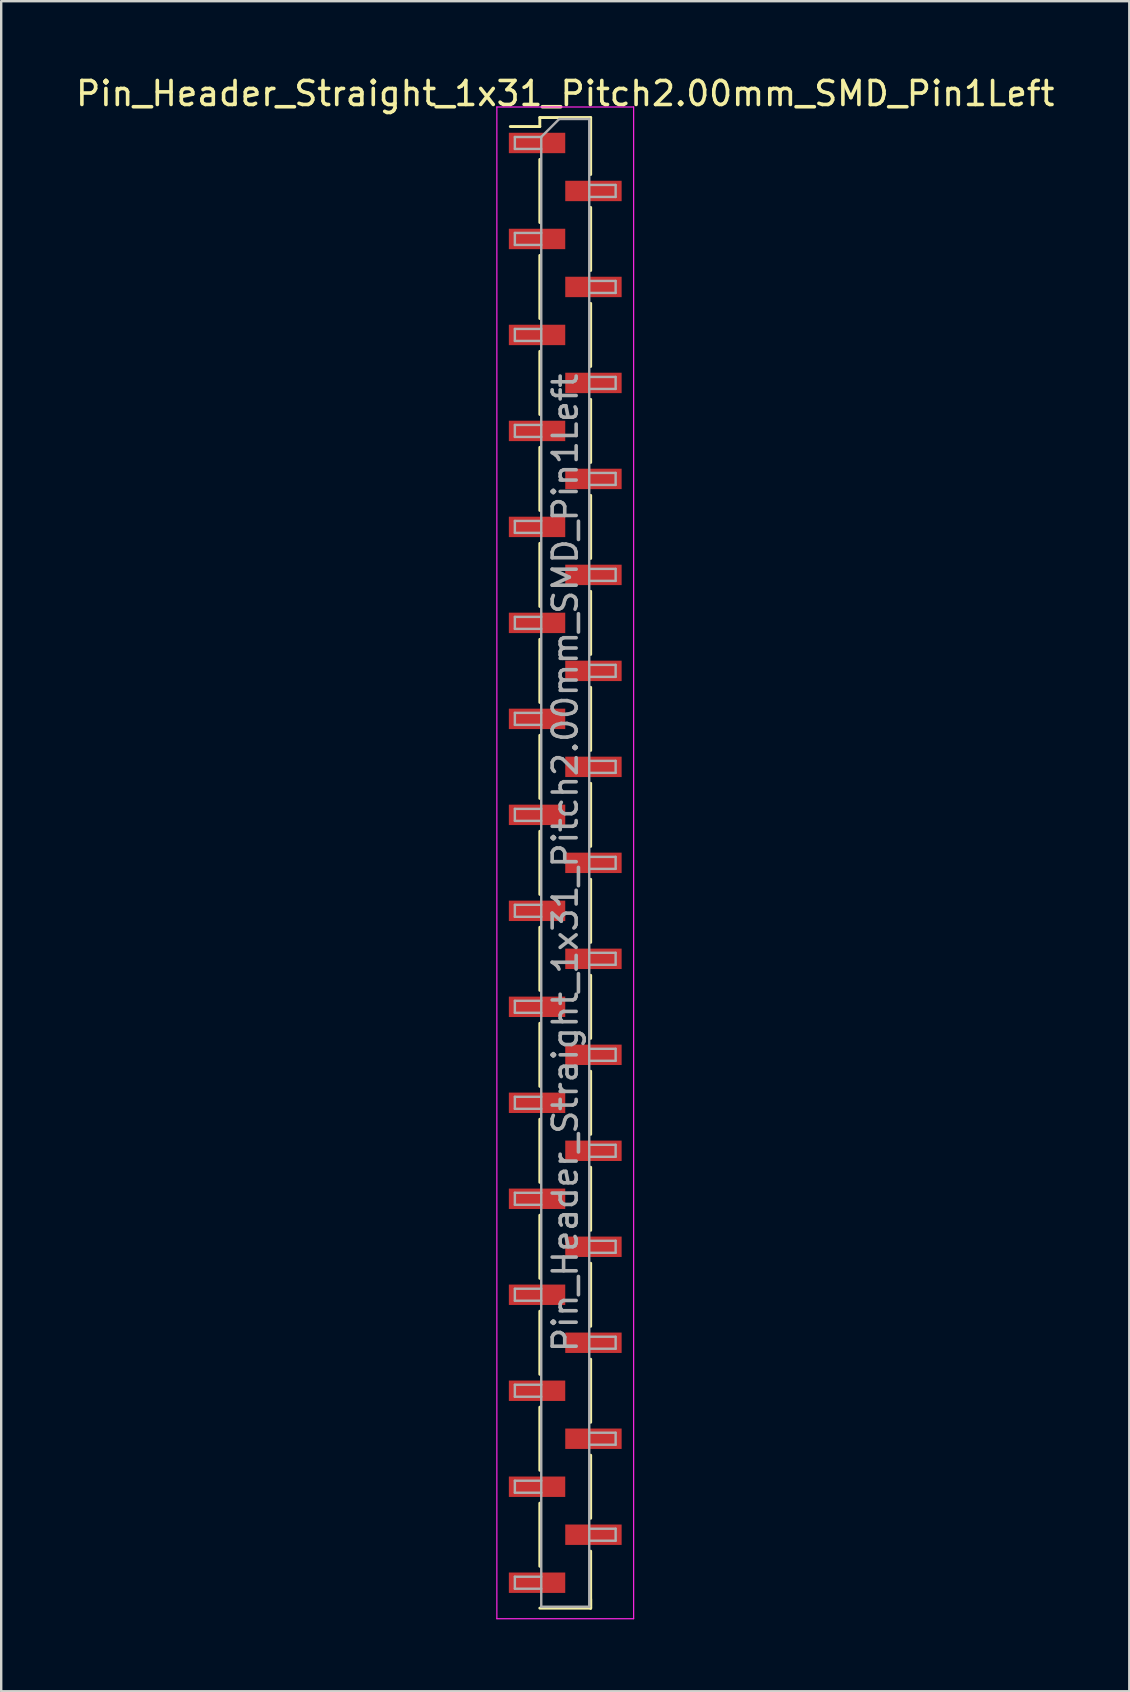
<source format=kicad_pcb>
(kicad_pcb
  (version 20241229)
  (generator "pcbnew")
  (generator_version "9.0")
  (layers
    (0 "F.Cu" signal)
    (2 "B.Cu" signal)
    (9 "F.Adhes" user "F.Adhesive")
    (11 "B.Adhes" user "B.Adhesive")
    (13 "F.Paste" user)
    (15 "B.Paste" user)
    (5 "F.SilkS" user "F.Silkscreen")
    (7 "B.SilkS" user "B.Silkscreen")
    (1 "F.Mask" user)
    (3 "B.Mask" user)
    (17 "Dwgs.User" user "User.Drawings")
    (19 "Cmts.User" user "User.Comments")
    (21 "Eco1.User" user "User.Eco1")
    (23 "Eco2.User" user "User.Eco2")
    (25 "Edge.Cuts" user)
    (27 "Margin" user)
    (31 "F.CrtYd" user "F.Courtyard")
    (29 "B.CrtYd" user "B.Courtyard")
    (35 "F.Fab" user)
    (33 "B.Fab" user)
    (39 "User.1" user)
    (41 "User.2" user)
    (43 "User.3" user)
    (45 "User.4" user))
  (footprint "Pin_Header_Straight_1x31_Pitch2.00mm_SMD_Pin1Left"
    (layer "F.Cu")
    (at 20.506 32.908)
    (property "Reference" "Pin_Header_Straight_1x31_Pitch2.00mm_SMD_Pin1Left" (at 0 -32.06 0) (layer "F.SilkS") (effects (font (size 1 1) (thickness 0.15))))
    (attr smd)
    (fp_line (start -1.06 -31.06) (end -1.06 -30.685) (stroke (width 0.12) (type solid)) (layer "F.SilkS"))
    (fp_line (start -1.06 -31.06) (end 1.06 -31.06) (stroke (width 0.12) (type solid)) (layer "F.SilkS"))
    (fp_line (start -1.06 -30.685) (end -2.29 -30.685) (stroke (width 0.12) (type solid)) (layer "F.SilkS"))
    (fp_line (start -1.06 -29.315) (end -1.06 -26.685) (stroke (width 0.12) (type solid)) (layer "F.SilkS"))
    (fp_line (start -1.06 -25.315) (end -1.06 -22.685) (stroke (width 0.12) (type solid)) (layer "F.SilkS"))
    (fp_line (start -1.06 -21.315) (end -1.06 -18.685) (stroke (width 0.12) (type solid)) (layer "F.SilkS"))
    (fp_line (start -1.06 -17.315) (end -1.06 -14.685) (stroke (width 0.12) (type solid)) (layer "F.SilkS"))
    (fp_line (start -1.06 -13.315) (end -1.06 -10.685) (stroke (width 0.12) (type solid)) (layer "F.SilkS"))
    (fp_line (start -1.06 -9.315) (end -1.06 -6.685) (stroke (width 0.12) (type solid)) (layer "F.SilkS"))
    (fp_line (start -1.06 -5.315) (end -1.06 -2.685) (stroke (width 0.12) (type solid)) (layer "F.SilkS"))
    (fp_line (start -1.06 -1.315) (end -1.06 1.315) (stroke (width 0.12) (type solid)) (layer "F.SilkS"))
    (fp_line (start -1.06 2.685) (end -1.06 5.315) (stroke (width 0.12) (type solid)) (layer "F.SilkS"))
    (fp_line (start -1.06 6.685) (end -1.06 9.315) (stroke (width 0.12) (type solid)) (layer "F.SilkS"))
    (fp_line (start -1.06 10.685) (end -1.06 13.315) (stroke (width 0.12) (type solid)) (layer "F.SilkS"))
    (fp_line (start -1.06 14.685) (end -1.06 17.315) (stroke (width 0.12) (type solid)) (layer "F.SilkS"))
    (fp_line (start -1.06 18.685) (end -1.06 21.315) (stroke (width 0.12) (type solid)) (layer "F.SilkS"))
    (fp_line (start -1.06 22.685) (end -1.06 25.315) (stroke (width 0.12) (type solid)) (layer "F.SilkS"))
    (fp_line (start -1.06 26.685) (end -1.06 29.315) (stroke (width 0.12) (type solid)) (layer "F.SilkS"))
    (fp_line (start -1.06 31.06) (end 1.06 31.06) (stroke (width 0.12) (type solid)) (layer "F.SilkS"))
    (fp_line (start 1.06 -31.06) (end 1.06 -28.685) (stroke (width 0.12) (type solid)) (layer "F.SilkS"))
    (fp_line (start 1.06 -27.315) (end 1.06 -24.685) (stroke (width 0.12) (type solid)) (layer "F.SilkS"))
    (fp_line (start 1.06 -23.315) (end 1.06 -20.685) (stroke (width 0.12) (type solid)) (layer "F.SilkS"))
    (fp_line (start 1.06 -19.315) (end 1.06 -16.685) (stroke (width 0.12) (type solid)) (layer "F.SilkS"))
    (fp_line (start 1.06 -15.315) (end 1.06 -12.685) (stroke (width 0.12) (type solid)) (layer "F.SilkS"))
    (fp_line (start 1.06 -11.315) (end 1.06 -8.685) (stroke (width 0.12) (type solid)) (layer "F.SilkS"))
    (fp_line (start 1.06 -7.315) (end 1.06 -4.685) (stroke (width 0.12) (type solid)) (layer "F.SilkS"))
    (fp_line (start 1.06 -3.315) (end 1.06 -0.685) (stroke (width 0.12) (type solid)) (layer "F.SilkS"))
    (fp_line (start 1.06 0.685) (end 1.06 3.315) (stroke (width 0.12) (type solid)) (layer "F.SilkS"))
    (fp_line (start 1.06 4.685) (end 1.06 7.315) (stroke (width 0.12) (type solid)) (layer "F.SilkS"))
    (fp_line (start 1.06 8.685) (end 1.06 11.315) (stroke (width 0.12) (type solid)) (layer "F.SilkS"))
    (fp_line (start 1.06 12.685) (end 1.06 15.315) (stroke (width 0.12) (type solid)) (layer "F.SilkS"))
    (fp_line (start 1.06 16.685) (end 1.06 19.315) (stroke (width 0.12) (type solid)) (layer "F.SilkS"))
    (fp_line (start 1.06 20.685) (end 1.06 23.315) (stroke (width 0.12) (type solid)) (layer "F.SilkS"))
    (fp_line (start 1.06 24.685) (end 1.06 27.315) (stroke (width 0.12) (type solid)) (layer "F.SilkS"))
    (fp_line (start 1.06 28.685) (end 1.06 31.06) (stroke (width 0.12) (type solid)) (layer "F.SilkS"))
    (fp_line (start 1.06 30.685) (end 1.06 31.06) (stroke (width 0.12) (type solid)) (layer "F.SilkS"))
    (fp_line (start -2.85 -31.5) (end -2.85 31.5) (stroke (width 0.05) (type solid)) (layer "F.CrtYd"))
    (fp_line (start -2.85 31.5) (end 2.85 31.5) (stroke (width 0.05) (type solid)) (layer "F.CrtYd"))
    (fp_line (start 2.85 -31.5) (end -2.85 -31.5) (stroke (width 0.05) (type solid)) (layer "F.CrtYd"))
    (fp_line (start 2.85 31.5) (end 2.85 -31.5) (stroke (width 0.05) (type solid)) (layer "F.CrtYd"))
    (fp_line (start -2.1 -30.25) (end -2.1 -29.75) (stroke (width 0.1) (type solid)) (layer "F.Fab"))
    (fp_line (start -2.1 -29.75) (end -1 -29.75) (stroke (width 0.1) (type solid)) (layer "F.Fab"))
    (fp_line (start -2.1 -26.25) (end -2.1 -25.75) (stroke (width 0.1) (type solid)) (layer "F.Fab"))
    (fp_line (start -2.1 -25.75) (end -1 -25.75) (stroke (width 0.1) (type solid)) (layer "F.Fab"))
    (fp_line (start -2.1 -22.25) (end -2.1 -21.75) (stroke (width 0.1) (type solid)) (layer "F.Fab"))
    (fp_line (start -2.1 -21.75) (end -1 -21.75) (stroke (width 0.1) (type solid)) (layer "F.Fab"))
    (fp_line (start -2.1 -18.25) (end -2.1 -17.75) (stroke (width 0.1) (type solid)) (layer "F.Fab"))
    (fp_line (start -2.1 -17.75) (end -1 -17.75) (stroke (width 0.1) (type solid)) (layer "F.Fab"))
    (fp_line (start -2.1 -14.25) (end -2.1 -13.75) (stroke (width 0.1) (type solid)) (layer "F.Fab"))
    (fp_line (start -2.1 -13.75) (end -1 -13.75) (stroke (width 0.1) (type solid)) (layer "F.Fab"))
    (fp_line (start -2.1 -10.25) (end -2.1 -9.75) (stroke (width 0.1) (type solid)) (layer "F.Fab"))
    (fp_line (start -2.1 -9.75) (end -1 -9.75) (stroke (width 0.1) (type solid)) (layer "F.Fab"))
    (fp_line (start -2.1 -6.25) (end -2.1 -5.75) (stroke (width 0.1) (type solid)) (layer "F.Fab"))
    (fp_line (start -2.1 -5.75) (end -1 -5.75) (stroke (width 0.1) (type solid)) (layer "F.Fab"))
    (fp_line (start -2.1 -2.25) (end -2.1 -1.75) (stroke (width 0.1) (type solid)) (layer "F.Fab"))
    (fp_line (start -2.1 -1.75) (end -1 -1.75) (stroke (width 0.1) (type solid)) (layer "F.Fab"))
    (fp_line (start -2.1 1.75) (end -2.1 2.25) (stroke (width 0.1) (type solid)) (layer "F.Fab"))
    (fp_line (start -2.1 2.25) (end -1 2.25) (stroke (width 0.1) (type solid)) (layer "F.Fab"))
    (fp_line (start -2.1 5.75) (end -2.1 6.25) (stroke (width 0.1) (type solid)) (layer "F.Fab"))
    (fp_line (start -2.1 6.25) (end -1 6.25) (stroke (width 0.1) (type solid)) (layer "F.Fab"))
    (fp_line (start -2.1 9.75) (end -2.1 10.25) (stroke (width 0.1) (type solid)) (layer "F.Fab"))
    (fp_line (start -2.1 10.25) (end -1 10.25) (stroke (width 0.1) (type solid)) (layer "F.Fab"))
    (fp_line (start -2.1 13.75) (end -2.1 14.25) (stroke (width 0.1) (type solid)) (layer "F.Fab"))
    (fp_line (start -2.1 14.25) (end -1 14.25) (stroke (width 0.1) (type solid)) (layer "F.Fab"))
    (fp_line (start -2.1 17.75) (end -2.1 18.25) (stroke (width 0.1) (type solid)) (layer "F.Fab"))
    (fp_line (start -2.1 18.25) (end -1 18.25) (stroke (width 0.1) (type solid)) (layer "F.Fab"))
    (fp_line (start -2.1 21.75) (end -2.1 22.25) (stroke (width 0.1) (type solid)) (layer "F.Fab"))
    (fp_line (start -2.1 22.25) (end -1 22.25) (stroke (width 0.1) (type solid)) (layer "F.Fab"))
    (fp_line (start -2.1 25.75) (end -2.1 26.25) (stroke (width 0.1) (type solid)) (layer "F.Fab"))
    (fp_line (start -2.1 26.25) (end -1 26.25) (stroke (width 0.1) (type solid)) (layer "F.Fab"))
    (fp_line (start -2.1 29.75) (end -2.1 30.25) (stroke (width 0.1) (type solid)) (layer "F.Fab"))
    (fp_line (start -2.1 30.25) (end -1 30.25) (stroke (width 0.1) (type solid)) (layer "F.Fab"))
    (fp_line (start -1 -30.25) (end -2.1 -30.25) (stroke (width 0.1) (type solid)) (layer "F.Fab"))
    (fp_line (start -1 -30.25) (end -0.25 -31) (stroke (width 0.1) (type solid)) (layer "F.Fab"))
    (fp_line (start -1 -26.25) (end -2.1 -26.25) (stroke (width 0.1) (type solid)) (layer "F.Fab"))
    (fp_line (start -1 -22.25) (end -2.1 -22.25) (stroke (width 0.1) (type solid)) (layer "F.Fab"))
    (fp_line (start -1 -18.25) (end -2.1 -18.25) (stroke (width 0.1) (type solid)) (layer "F.Fab"))
    (fp_line (start -1 -14.25) (end -2.1 -14.25) (stroke (width 0.1) (type solid)) (layer "F.Fab"))
    (fp_line (start -1 -10.25) (end -2.1 -10.25) (stroke (width 0.1) (type solid)) (layer "F.Fab"))
    (fp_line (start -1 -6.25) (end -2.1 -6.25) (stroke (width 0.1) (type solid)) (layer "F.Fab"))
    (fp_line (start -1 -2.25) (end -2.1 -2.25) (stroke (width 0.1) (type solid)) (layer "F.Fab"))
    (fp_line (start -1 1.75) (end -2.1 1.75) (stroke (width 0.1) (type solid)) (layer "F.Fab"))
    (fp_line (start -1 5.75) (end -2.1 5.75) (stroke (width 0.1) (type solid)) (layer "F.Fab"))
    (fp_line (start -1 9.75) (end -2.1 9.75) (stroke (width 0.1) (type solid)) (layer "F.Fab"))
    (fp_line (start -1 13.75) (end -2.1 13.75) (stroke (width 0.1) (type solid)) (layer "F.Fab"))
    (fp_line (start -1 17.75) (end -2.1 17.75) (stroke (width 0.1) (type solid)) (layer "F.Fab"))
    (fp_line (start -1 21.75) (end -2.1 21.75) (stroke (width 0.1) (type solid)) (layer "F.Fab"))
    (fp_line (start -1 25.75) (end -2.1 25.75) (stroke (width 0.1) (type solid)) (layer "F.Fab"))
    (fp_line (start -1 29.75) (end -2.1 29.75) (stroke (width 0.1) (type solid)) (layer "F.Fab"))
    (fp_line (start -1 31) (end -1 -30.25) (stroke (width 0.1) (type solid)) (layer "F.Fab"))
    (fp_line (start -0.25 -31) (end 1 -31) (stroke (width 0.1) (type solid)) (layer "F.Fab"))
    (fp_line (start 1 -31) (end 1 31) (stroke (width 0.1) (type solid)) (layer "F.Fab"))
    (fp_line (start 1 -28.25) (end 2.1 -28.25) (stroke (width 0.1) (type solid)) (layer "F.Fab"))
    (fp_line (start 1 -24.25) (end 2.1 -24.25) (stroke (width 0.1) (type solid)) (layer "F.Fab"))
    (fp_line (start 1 -20.25) (end 2.1 -20.25) (stroke (width 0.1) (type solid)) (layer "F.Fab"))
    (fp_line (start 1 -16.25) (end 2.1 -16.25) (stroke (width 0.1) (type solid)) (layer "F.Fab"))
    (fp_line (start 1 -12.25) (end 2.1 -12.25) (stroke (width 0.1) (type solid)) (layer "F.Fab"))
    (fp_line (start 1 -8.25) (end 2.1 -8.25) (stroke (width 0.1) (type solid)) (layer "F.Fab"))
    (fp_line (start 1 -4.25) (end 2.1 -4.25) (stroke (width 0.1) (type solid)) (layer "F.Fab"))
    (fp_line (start 1 -0.25) (end 2.1 -0.25) (stroke (width 0.1) (type solid)) (layer "F.Fab"))
    (fp_line (start 1 3.75) (end 2.1 3.75) (stroke (width 0.1) (type solid)) (layer "F.Fab"))
    (fp_line (start 1 7.75) (end 2.1 7.75) (stroke (width 0.1) (type solid)) (layer "F.Fab"))
    (fp_line (start 1 11.75) (end 2.1 11.75) (stroke (width 0.1) (type solid)) (layer "F.Fab"))
    (fp_line (start 1 15.75) (end 2.1 15.75) (stroke (width 0.1) (type solid)) (layer "F.Fab"))
    (fp_line (start 1 19.75) (end 2.1 19.75) (stroke (width 0.1) (type solid)) (layer "F.Fab"))
    (fp_line (start 1 23.75) (end 2.1 23.75) (stroke (width 0.1) (type solid)) (layer "F.Fab"))
    (fp_line (start 1 27.75) (end 2.1 27.75) (stroke (width 0.1) (type solid)) (layer "F.Fab"))
    (fp_line (start 1 31) (end -1 31) (stroke (width 0.1) (type solid)) (layer "F.Fab"))
    (fp_line (start 2.1 -28.25) (end 2.1 -27.75) (stroke (width 0.1) (type solid)) (layer "F.Fab"))
    (fp_line (start 2.1 -27.75) (end 1 -27.75) (stroke (width 0.1) (type solid)) (layer "F.Fab"))
    (fp_line (start 2.1 -24.25) (end 2.1 -23.75) (stroke (width 0.1) (type solid)) (layer "F.Fab"))
    (fp_line (start 2.1 -23.75) (end 1 -23.75) (stroke (width 0.1) (type solid)) (layer "F.Fab"))
    (fp_line (start 2.1 -20.25) (end 2.1 -19.75) (stroke (width 0.1) (type solid)) (layer "F.Fab"))
    (fp_line (start 2.1 -19.75) (end 1 -19.75) (stroke (width 0.1) (type solid)) (layer "F.Fab"))
    (fp_line (start 2.1 -16.25) (end 2.1 -15.75) (stroke (width 0.1) (type solid)) (layer "F.Fab"))
    (fp_line (start 2.1 -15.75) (end 1 -15.75) (stroke (width 0.1) (type solid)) (layer "F.Fab"))
    (fp_line (start 2.1 -12.25) (end 2.1 -11.75) (stroke (width 0.1) (type solid)) (layer "F.Fab"))
    (fp_line (start 2.1 -11.75) (end 1 -11.75) (stroke (width 0.1) (type solid)) (layer "F.Fab"))
    (fp_line (start 2.1 -8.25) (end 2.1 -7.75) (stroke (width 0.1) (type solid)) (layer "F.Fab"))
    (fp_line (start 2.1 -7.75) (end 1 -7.75) (stroke (width 0.1) (type solid)) (layer "F.Fab"))
    (fp_line (start 2.1 -4.25) (end 2.1 -3.75) (stroke (width 0.1) (type solid)) (layer "F.Fab"))
    (fp_line (start 2.1 -3.75) (end 1 -3.75) (stroke (width 0.1) (type solid)) (layer "F.Fab"))
    (fp_line (start 2.1 -0.25) (end 2.1 0.25) (stroke (width 0.1) (type solid)) (layer "F.Fab"))
    (fp_line (start 2.1 0.25) (end 1 0.25) (stroke (width 0.1) (type solid)) (layer "F.Fab"))
    (fp_line (start 2.1 3.75) (end 2.1 4.25) (stroke (width 0.1) (type solid)) (layer "F.Fab"))
    (fp_line (start 2.1 4.25) (end 1 4.25) (stroke (width 0.1) (type solid)) (layer "F.Fab"))
    (fp_line (start 2.1 7.75) (end 2.1 8.25) (stroke (width 0.1) (type solid)) (layer "F.Fab"))
    (fp_line (start 2.1 8.25) (end 1 8.25) (stroke (width 0.1) (type solid)) (layer "F.Fab"))
    (fp_line (start 2.1 11.75) (end 2.1 12.25) (stroke (width 0.1) (type solid)) (layer "F.Fab"))
    (fp_line (start 2.1 12.25) (end 1 12.25) (stroke (width 0.1) (type solid)) (layer "F.Fab"))
    (fp_line (start 2.1 15.75) (end 2.1 16.25) (stroke (width 0.1) (type solid)) (layer "F.Fab"))
    (fp_line (start 2.1 16.25) (end 1 16.25) (stroke (width 0.1) (type solid)) (layer "F.Fab"))
    (fp_line (start 2.1 19.75) (end 2.1 20.25) (stroke (width 0.1) (type solid)) (layer "F.Fab"))
    (fp_line (start 2.1 20.25) (end 1 20.25) (stroke (width 0.1) (type solid)) (layer "F.Fab"))
    (fp_line (start 2.1 23.75) (end 2.1 24.25) (stroke (width 0.1) (type solid)) (layer "F.Fab"))
    (fp_line (start 2.1 24.25) (end 1 24.25) (stroke (width 0.1) (type solid)) (layer "F.Fab"))
    (fp_line (start 2.1 27.75) (end 2.1 28.25) (stroke (width 0.1) (type solid)) (layer "F.Fab"))
    (fp_line (start 2.1 28.25) (end 1 28.25) (stroke (width 0.1) (type solid)) (layer "F.Fab"))
    (fp_text user "${REFERENCE}" (at 0 0 90) (layer "F.Fab") (effects (font (size 1 1) (thickness 0.15))))
    (pad "1" smd rect (at -1.175 -30) (size 2.35 0.85) (layers "F.Cu" "F.Mask" "F.Paste"))
    (pad "2" smd rect (at 1.175 -28) (size 2.35 0.85) (layers "F.Cu" "F.Mask" "F.Paste"))
    (pad "3" smd rect (at -1.175 -26) (size 2.35 0.85) (layers "F.Cu" "F.Mask" "F.Paste"))
    (pad "4" smd rect (at 1.175 -24) (size 2.35 0.85) (layers "F.Cu" "F.Mask" "F.Paste"))
    (pad "5" smd rect (at -1.175 -22) (size 2.35 0.85) (layers "F.Cu" "F.Mask" "F.Paste"))
    (pad "6" smd rect (at 1.175 -20) (size 2.35 0.85) (layers "F.Cu" "F.Mask" "F.Paste"))
    (pad "7" smd rect (at -1.175 -18) (size 2.35 0.85) (layers "F.Cu" "F.Mask" "F.Paste"))
    (pad "8" smd rect (at 1.175 -16) (size 2.35 0.85) (layers "F.Cu" "F.Mask" "F.Paste"))
    (pad "9" smd rect (at -1.175 -14) (size 2.35 0.85) (layers "F.Cu" "F.Mask" "F.Paste"))
    (pad "10" smd rect (at 1.175 -12) (size 2.35 0.85) (layers "F.Cu" "F.Mask" "F.Paste"))
    (pad "11" smd rect (at -1.175 -10) (size 2.35 0.85) (layers "F.Cu" "F.Mask" "F.Paste"))
    (pad "12" smd rect (at 1.175 -8) (size 2.35 0.85) (layers "F.Cu" "F.Mask" "F.Paste"))
    (pad "13" smd rect (at -1.175 -6) (size 2.35 0.85) (layers "F.Cu" "F.Mask" "F.Paste"))
    (pad "14" smd rect (at 1.175 -4) (size 2.35 0.85) (layers "F.Cu" "F.Mask" "F.Paste"))
    (pad "15" smd rect (at -1.175 -2) (size 2.35 0.85) (layers "F.Cu" "F.Mask" "F.Paste"))
    (pad "16" smd rect (at 1.175 0) (size 2.35 0.85) (layers "F.Cu" "F.Mask" "F.Paste"))
    (pad "17" smd rect (at -1.175 2) (size 2.35 0.85) (layers "F.Cu" "F.Mask" "F.Paste"))
    (pad "18" smd rect (at 1.175 4) (size 2.35 0.85) (layers "F.Cu" "F.Mask" "F.Paste"))
    (pad "19" smd rect (at -1.175 6) (size 2.35 0.85) (layers "F.Cu" "F.Mask" "F.Paste"))
    (pad "20" smd rect (at 1.175 8) (size 2.35 0.85) (layers "F.Cu" "F.Mask" "F.Paste"))
    (pad "21" smd rect (at -1.175 10) (size 2.35 0.85) (layers "F.Cu" "F.Mask" "F.Paste"))
    (pad "22" smd rect (at 1.175 12) (size 2.35 0.85) (layers "F.Cu" "F.Mask" "F.Paste"))
    (pad "23" smd rect (at -1.175 14) (size 2.35 0.85) (layers "F.Cu" "F.Mask" "F.Paste"))
    (pad "24" smd rect (at 1.175 16) (size 2.35 0.85) (layers "F.Cu" "F.Mask" "F.Paste"))
    (pad "25" smd rect (at -1.175 18) (size 2.35 0.85) (layers "F.Cu" "F.Mask" "F.Paste"))
    (pad "26" smd rect (at 1.175 20) (size 2.35 0.85) (layers "F.Cu" "F.Mask" "F.Paste"))
    (pad "27" smd rect (at -1.175 22) (size 2.35 0.85) (layers "F.Cu" "F.Mask" "F.Paste"))
    (pad "28" smd rect (at 1.175 24) (size 2.35 0.85) (layers "F.Cu" "F.Mask" "F.Paste"))
    (pad "29" smd rect (at -1.175 26) (size 2.35 0.85) (layers "F.Cu" "F.Mask" "F.Paste"))
    (pad "30" smd rect (at 1.175 28) (size 2.35 0.85) (layers "F.Cu" "F.Mask" "F.Paste"))
    (pad "31" smd rect (at -1.175 30) (size 2.35 0.85) (layers "F.Cu" "F.Mask" "F.Paste")))
  (gr_rect
    (start -3 -3)
    (end 44.012 67.433)
    (stroke (width 0.1) (type default))
    (fill no)
    (layer "Edge.Cuts")))
</source>
